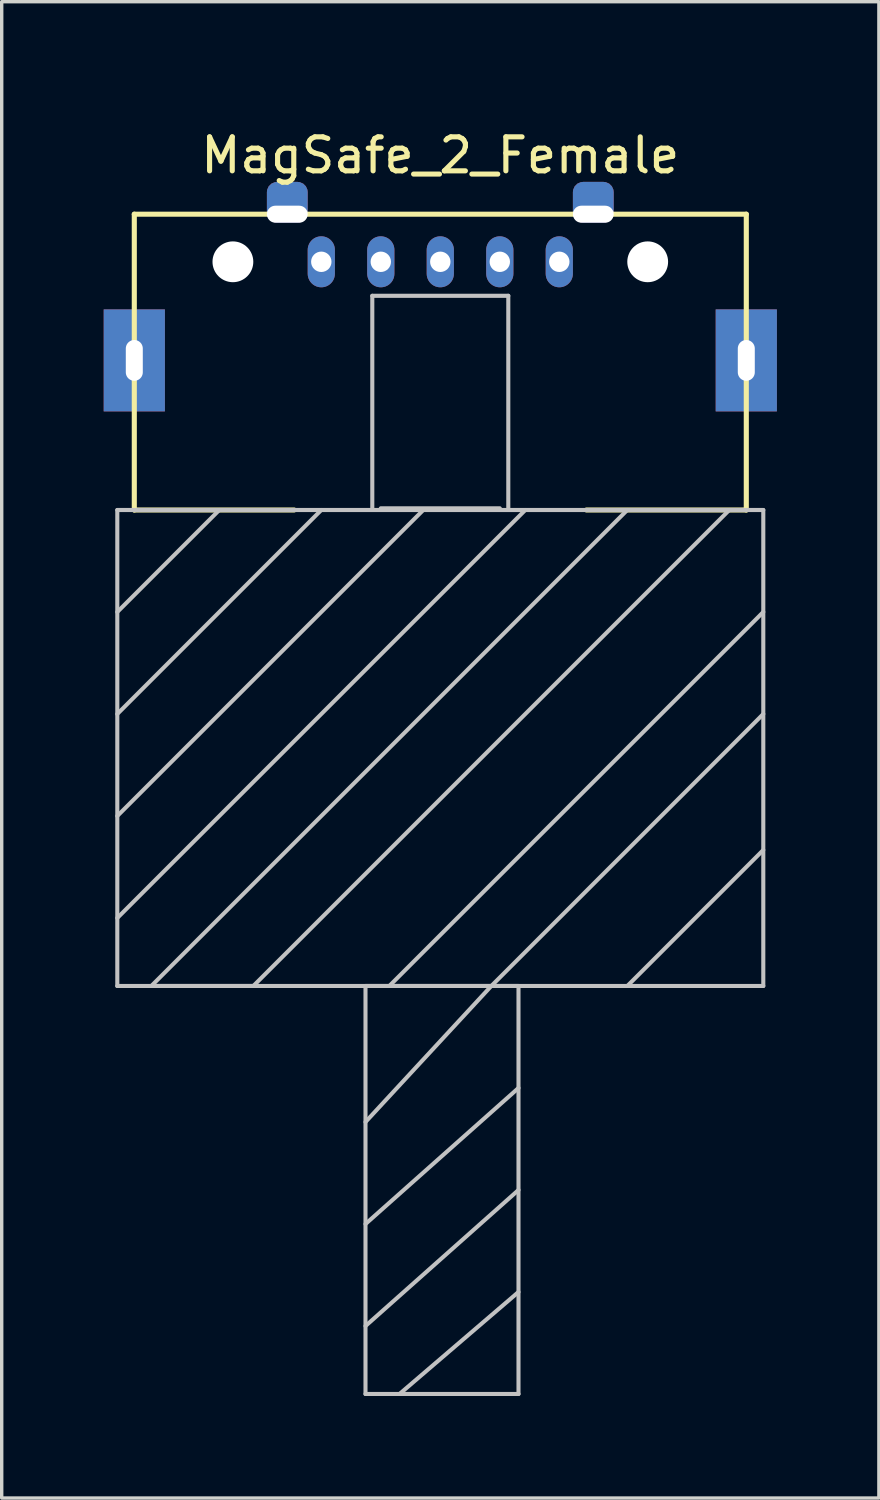
<source format=kicad_pcb>
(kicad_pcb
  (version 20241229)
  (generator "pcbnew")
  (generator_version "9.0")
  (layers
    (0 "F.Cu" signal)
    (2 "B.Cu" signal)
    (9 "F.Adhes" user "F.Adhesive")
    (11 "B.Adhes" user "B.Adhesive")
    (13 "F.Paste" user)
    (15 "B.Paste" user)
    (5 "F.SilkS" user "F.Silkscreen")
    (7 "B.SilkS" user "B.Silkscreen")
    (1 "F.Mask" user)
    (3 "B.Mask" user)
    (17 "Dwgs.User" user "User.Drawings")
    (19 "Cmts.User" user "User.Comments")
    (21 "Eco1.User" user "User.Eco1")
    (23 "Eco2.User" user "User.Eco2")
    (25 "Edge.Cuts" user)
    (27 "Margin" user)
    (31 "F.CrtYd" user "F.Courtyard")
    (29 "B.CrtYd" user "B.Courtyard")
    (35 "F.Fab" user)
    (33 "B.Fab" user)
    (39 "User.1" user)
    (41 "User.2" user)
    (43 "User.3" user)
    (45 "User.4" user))
  (footprint "MagSafe_2_Female"
    (layer "F.Cu")
    (at 9.9 0.25)
    (property "Reference" "MagSafe_2_Female" (at 0 1.27 180) (layer "F.SilkS") (effects (font (size 1 1) (thickness 0.15))))
    (attr through_hole)
    (fp_line (start -9 3) (end -9 11.7) (stroke (width 0.15) (type solid)) (layer "F.SilkS"))
    (fp_line (start -9 3) (end 9 3) (stroke (width 0.15) (type solid)) (layer "F.SilkS"))
    (fp_line (start -9 11.7) (end -4.3 11.7) (stroke (width 0.15) (type solid)) (layer "F.SilkS"))
    (fp_line (start 4.3 11.7) (end 9 11.7) (stroke (width 0.15) (type solid)) (layer "F.SilkS"))
    (fp_line (start 9 3) (end 9 11.7) (stroke (width 0.15) (type solid)) (layer "F.SilkS"))
    (fp_line (start -9.5 11.7) (end 9.5 11.7) (stroke (width 0.12) (type solid)) (layer "Dwgs.User"))
    (fp_line (start -9.5 17.7) (end -3.5 11.7) (stroke (width 0.12) (type solid)) (layer "Dwgs.User"))
    (fp_line (start -9.5 23.7) (end 2.5 11.7) (stroke (width 0.12) (type solid)) (layer "Dwgs.User"))
    (fp_line (start -9.5 25.7) (end -9.5 11.7) (stroke (width 0.12) (type solid)) (layer "Dwgs.User"))
    (fp_line (start -8.5 25.7) (end -5.5 25.7) (stroke (width 0.12) (type solid)) (layer "Dwgs.User"))
    (fp_line (start -6.5 11.7) (end -9.5 14.7) (stroke (width 0.12) (type solid)) (layer "Dwgs.User"))
    (fp_line (start -5.5 25.7) (end 8.5 11.7) (stroke (width 0.12) (type solid)) (layer "Dwgs.User"))
    (fp_line (start -2.2 25.7) (end 2.3 25.7) (stroke (width 0.12) (type solid)) (layer "Dwgs.User"))
    (fp_line (start -2.2 32.7) (end 2.3 28.7) (stroke (width 0.12) (type solid)) (layer "Dwgs.User"))
    (fp_line (start -2.2 35.7) (end 2.3 31.7) (stroke (width 0.12) (type solid)) (layer "Dwgs.User"))
    (fp_line (start -2.2 37.7) (end -2.2 25.7) (stroke (width 0.12) (type solid)) (layer "Dwgs.User"))
    (fp_line (start -2 5.4) (end -2 11.65) (stroke (width 0.12) (type solid)) (layer "Dwgs.User"))
    (fp_line (start -2 5.4) (end 2 5.4) (stroke (width 0.12) (type solid)) (layer "Dwgs.User"))
    (fp_line (start -1.75 11.65) (end 1.75 11.65) (stroke (width 0.12) (type solid)) (layer "Dwgs.User"))
    (fp_line (start -0.5 11.7) (end -9.5 20.7) (stroke (width 0.12) (type solid)) (layer "Dwgs.User"))
    (fp_line (start 1.5 25.7) (end -2.2 29.7) (stroke (width 0.12) (type solid)) (layer "Dwgs.User"))
    (fp_line (start 1.5 25.7) (end 9.5 17.7) (stroke (width 0.12) (type solid)) (layer "Dwgs.User"))
    (fp_line (start 2 11.65) (end 2 5.4) (stroke (width 0.12) (type solid)) (layer "Dwgs.User"))
    (fp_line (start 2.3 25.7) (end 2.3 37.7) (stroke (width 0.12) (type solid)) (layer "Dwgs.User"))
    (fp_line (start 2.3 34.7) (end -1.2 37.7) (stroke (width 0.12) (type solid)) (layer "Dwgs.User"))
    (fp_line (start 2.3 37.7) (end -2.2 37.7) (stroke (width 0.12) (type solid)) (layer "Dwgs.User"))
    (fp_line (start 5.5 11.7) (end -8.5 25.7) (stroke (width 0.12) (type solid)) (layer "Dwgs.User"))
    (fp_line (start 5.5 25.7) (end 9.5 21.7) (stroke (width 0.12) (type solid)) (layer "Dwgs.User"))
    (fp_line (start 9.5 11.7) (end 9.5 25.7) (stroke (width 0.12) (type solid)) (layer "Dwgs.User"))
    (fp_line (start 9.5 14.7) (end -1.5 25.7) (stroke (width 0.12) (type solid)) (layer "Dwgs.User"))
    (fp_line (start 9.5 25.7) (end -9.5 25.7) (stroke (width 0.12) (type solid)) (layer "Dwgs.User"))
    (pad "" np_thru_hole circle (at -6.1 4.4 90) (size 1.2 1.2) (drill oval 1.2) (layers "*.Cu" "*.Mask"))
    (pad "" np_thru_hole circle (at 6.1 4.4 90) (size 1.2 1.2) (drill oval 1.2) (layers "*.Cu" "*.Mask"))
    (pad "1" thru_hole oval (at -3.5 4.4) (size 0.8 1.5) (drill 0.6) (layers "*.Cu" "*.Mask"))
    (pad "2" thru_hole oval (at -1.75 4.4) (size 0.8 1.5) (drill 0.6) (layers "*.Cu" "*.Mask"))
    (pad "3" thru_hole oval (at 0 4.4) (size 0.8 1.5) (drill 0.6) (layers "*.Cu" "*.Mask"))
    (pad "4" thru_hole oval (at 1.75 4.4) (size 0.8 1.5) (drill 0.6) (layers "*.Cu" "*.Mask"))
    (pad "5" thru_hole oval (at 3.5 4.4) (size 0.8 1.5) (drill 0.6) (layers "*.Cu" "*.Mask"))
    (pad "6" thru_hole rect (at -9 7.3) (size 1.8 3) (drill oval 0.5 1.2) (layers "*.Cu" "*.Mask"))
    (pad "6" thru_hole roundrect (at -4.5 3 90) (size 1.2 1.2) (drill oval 0.5 1.2 (offset 0.35 0)) (layers "*.Cu" "*.Mask") (roundrect_rratio 0.25))
    (pad "6" thru_hole roundrect (at 4.5 3 90) (size 1.2 1.2) (drill oval 0.5 1.2 (offset 0.35 0)) (layers "*.Cu" "*.Mask") (roundrect_rratio 0.25))
    (pad "6" thru_hole rect (at 9 7.3) (size 1.8 3) (drill oval 0.5 1.2) (layers "*.Cu" "*.Mask")))
  (gr_rect
    (start -3 -3)
    (end 22.8 41.01)
    (stroke (width 0.1) (type default))
    (fill no)
    (layer "Edge.Cuts")))
</source>
